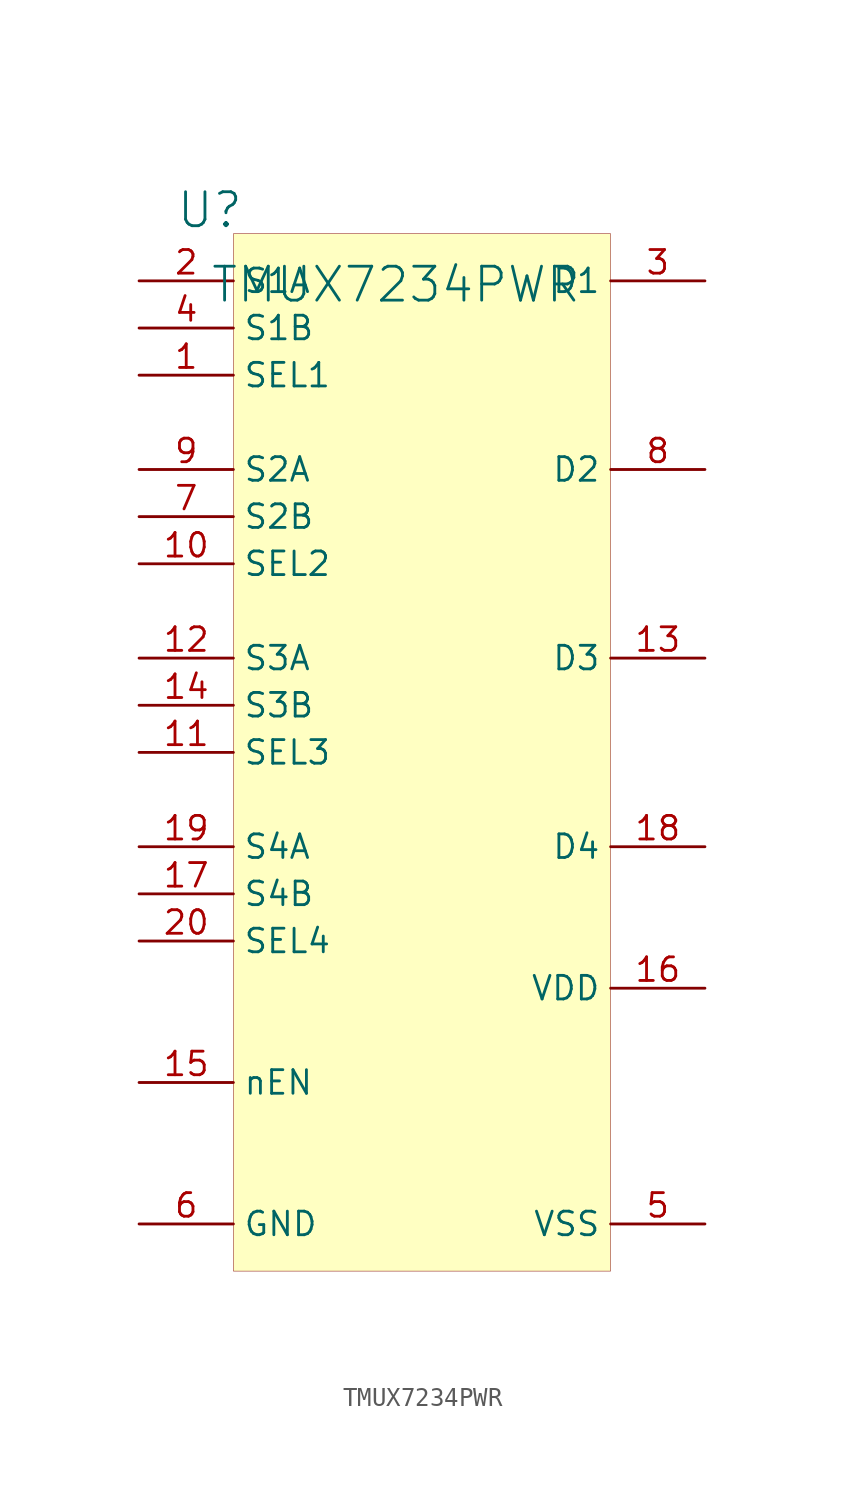
<source format=kicad_sym>
(kicad_symbol_lib
  (version 20231120)
  (generator "kicad_symbol_editor")
  (generator_version "8.0")
  (symbol "TMUX7234PWR"
    (property "Reference" "U"
      (at -1.27 1.27 0)
      (effects (font (size 1.829 1.829))))
    (property "Value" "TMUX7234PWR"
      (at -1.27 -3.81 0)
      (effects (font (size 1.829 1.829)) (justify left bottom)))
    (symbol "TMUX7234PWR_1_0"
      (rectangle (start 20.32 0) (end 0 -55.88) (stroke (width 0.025) (type solid) (color 128 0 0 1)) (fill (type background)))
      (pin passive line (at -5.08 -7.62 0) (length 5.08) (name "SEL1" (effects (font (size 1.27 1.27)))) (number "1" (effects (font (size 1.27 1.27)))))
      (pin passive line (at -5.08 -17.78 0) (length 5.08) (name "SEL2" (effects (font (size 1.27 1.27)))) (number "10" (effects (font (size 1.27 1.27)))))
      (pin passive line (at -5.08 -27.94 0) (length 5.08) (name "SEL3" (effects (font (size 1.27 1.27)))) (number "11" (effects (font (size 1.27 1.27)))))
      (pin passive line (at -5.08 -22.86 0) (length 5.08) (name "S3A" (effects (font (size 1.27 1.27)))) (number "12" (effects (font (size 1.27 1.27)))))
      (pin passive line (at 25.4 -22.86 180) (length 5.08) (name "D3" (effects (font (size 1.27 1.27)))) (number "13" (effects (font (size 1.27 1.27)))))
      (pin passive line (at -5.08 -25.4 0) (length 5.08) (name "S3B" (effects (font (size 1.27 1.27)))) (number "14" (effects (font (size 1.27 1.27)))))
      (pin passive line (at -5.08 -45.72 0) (length 5.08) (name "nEN" (effects (font (size 1.27 1.27)))) (number "15" (effects (font (size 1.27 1.27)))))
      (pin passive line (at 25.4 -40.64 180) (length 5.08) (name "VDD" (effects (font (size 1.27 1.27)))) (number "16" (effects (font (size 1.27 1.27)))))
      (pin passive line (at -5.08 -35.56 0) (length 5.08) (name "S4B" (effects (font (size 1.27 1.27)))) (number "17" (effects (font (size 1.27 1.27)))))
      (pin passive line (at 25.4 -33.02 180) (length 5.08) (name "D4" (effects (font (size 1.27 1.27)))) (number "18" (effects (font (size 1.27 1.27)))))
      (pin passive line (at -5.08 -33.02 0) (length 5.08) (name "S4A" (effects (font (size 1.27 1.27)))) (number "19" (effects (font (size 1.27 1.27)))))
      (pin passive line (at -5.08 -2.54 0) (length 5.08) (name "S1A" (effects (font (size 1.27 1.27)))) (number "2" (effects (font (size 1.27 1.27)))))
      (pin passive line (at -5.08 -38.1 0) (length 5.08) (name "SEL4" (effects (font (size 1.27 1.27)))) (number "20" (effects (font (size 1.27 1.27)))))
      (pin passive line (at 25.4 -2.54 180) (length 5.08) (name "D1" (effects (font (size 1.27 1.27)))) (number "3" (effects (font (size 1.27 1.27)))))
      (pin passive line (at -5.08 -5.08 0) (length 5.08) (name "S1B" (effects (font (size 1.27 1.27)))) (number "4" (effects (font (size 1.27 1.27)))))
      (pin passive line (at 25.4 -53.34 180) (length 5.08) (name "VSS" (effects (font (size 1.27 1.27)))) (number "5" (effects (font (size 1.27 1.27)))))
      (pin passive line (at -5.08 -53.34 0) (length 5.08) (name "GND" (effects (font (size 1.27 1.27)))) (number "6" (effects (font (size 1.27 1.27)))))
      (pin passive line (at -5.08 -15.24 0) (length 5.08) (name "S2B" (effects (font (size 1.27 1.27)))) (number "7" (effects (font (size 1.27 1.27)))))
      (pin passive line (at 25.4 -12.7 180) (length 5.08) (name "D2" (effects (font (size 1.27 1.27)))) (number "8" (effects (font (size 1.27 1.27)))))
      (pin passive line (at -5.08 -12.7 0) (length 5.08) (name "S2A" (effects (font (size 1.27 1.27)))) (number "9" (effects (font (size 1.27 1.27))))))))
</source>
